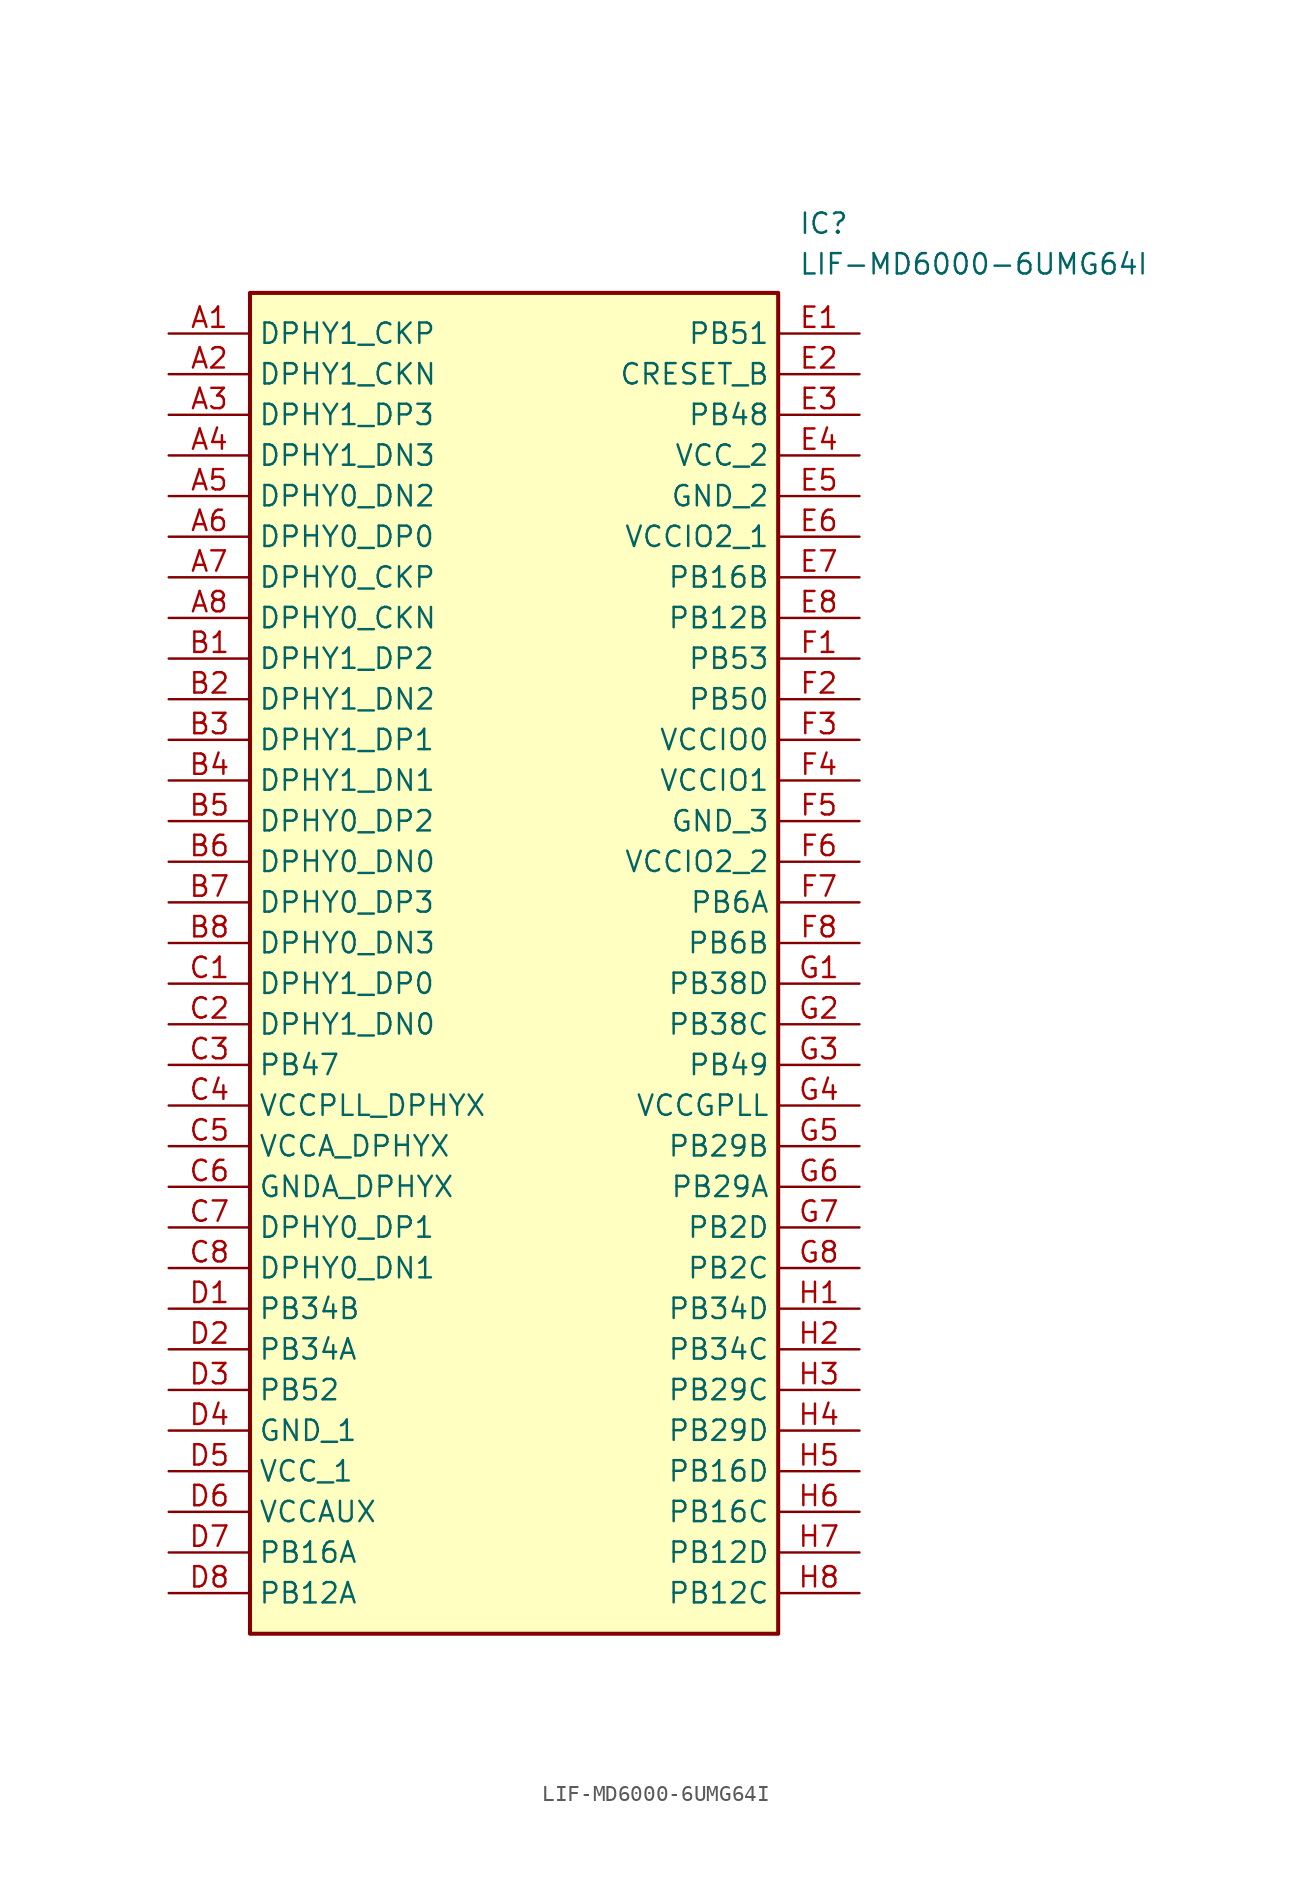
<source format=kicad_sym>
(kicad_symbol_lib
  (version 20211014)
  (generator SamacSys_ECAD_Model)
  (symbol "LIF-MD6000-6UMG64I"
    (property "Reference" "IC"
      (at 39.37 7.62 0)
      (effects (font (size 1.27 1.27)) (justify left top)))
    (property "Value" "LIF-MD6000-6UMG64I"
      (at 39.37 5.08 0)
      (effects (font (size 1.27 1.27)) (justify left top)))
    (rectangle
      (start 5.08 2.54)
      (end 38.1 -81.28)
      (stroke (width 0.254) (type default))
      (fill (type background)))
    (pin passive line
      (at 0 0 0)
      (length 5.08)
      (name "DPHY1_CKP" (effects (font (size 1.27 1.27))))
      (number "A1" (effects (font (size 1.27 1.27)))))
    (pin passive line
      (at 0 -2.54 0)
      (length 5.08)
      (name "DPHY1_CKN" (effects (font (size 1.27 1.27))))
      (number "A2" (effects (font (size 1.27 1.27)))))
    (pin passive line
      (at 0 -5.08 0)
      (length 5.08)
      (name "DPHY1_DP3" (effects (font (size 1.27 1.27))))
      (number "A3" (effects (font (size 1.27 1.27)))))
    (pin passive line
      (at 0 -7.62 0)
      (length 5.08)
      (name "DPHY1_DN3" (effects (font (size 1.27 1.27))))
      (number "A4" (effects (font (size 1.27 1.27)))))
    (pin passive line
      (at 0 -10.16 0)
      (length 5.08)
      (name "DPHY0_DN2" (effects (font (size 1.27 1.27))))
      (number "A5" (effects (font (size 1.27 1.27)))))
    (pin passive line
      (at 0 -12.7 0)
      (length 5.08)
      (name "DPHY0_DP0" (effects (font (size 1.27 1.27))))
      (number "A6" (effects (font (size 1.27 1.27)))))
    (pin passive line
      (at 0 -15.24 0)
      (length 5.08)
      (name "DPHY0_CKP" (effects (font (size 1.27 1.27))))
      (number "A7" (effects (font (size 1.27 1.27)))))
    (pin passive line
      (at 0 -17.78 0)
      (length 5.08)
      (name "DPHY0_CKN" (effects (font (size 1.27 1.27))))
      (number "A8" (effects (font (size 1.27 1.27)))))
    (pin passive line
      (at 0 -20.32 0)
      (length 5.08)
      (name "DPHY1_DP2" (effects (font (size 1.27 1.27))))
      (number "B1" (effects (font (size 1.27 1.27)))))
    (pin passive line
      (at 0 -22.86 0)
      (length 5.08)
      (name "DPHY1_DN2" (effects (font (size 1.27 1.27))))
      (number "B2" (effects (font (size 1.27 1.27)))))
    (pin passive line
      (at 0 -25.4 0)
      (length 5.08)
      (name "DPHY1_DP1" (effects (font (size 1.27 1.27))))
      (number "B3" (effects (font (size 1.27 1.27)))))
    (pin passive line
      (at 0 -27.94 0)
      (length 5.08)
      (name "DPHY1_DN1" (effects (font (size 1.27 1.27))))
      (number "B4" (effects (font (size 1.27 1.27)))))
    (pin passive line
      (at 0 -30.48 0)
      (length 5.08)
      (name "DPHY0_DP2" (effects (font (size 1.27 1.27))))
      (number "B5" (effects (font (size 1.27 1.27)))))
    (pin passive line
      (at 0 -33.02 0)
      (length 5.08)
      (name "DPHY0_DN0" (effects (font (size 1.27 1.27))))
      (number "B6" (effects (font (size 1.27 1.27)))))
    (pin passive line
      (at 0 -35.56 0)
      (length 5.08)
      (name "DPHY0_DP3" (effects (font (size 1.27 1.27))))
      (number "B7" (effects (font (size 1.27 1.27)))))
    (pin passive line
      (at 0 -38.1 0)
      (length 5.08)
      (name "DPHY0_DN3" (effects (font (size 1.27 1.27))))
      (number "B8" (effects (font (size 1.27 1.27)))))
    (pin passive line
      (at 0 -40.64 0)
      (length 5.08)
      (name "DPHY1_DP0" (effects (font (size 1.27 1.27))))
      (number "C1" (effects (font (size 1.27 1.27)))))
    (pin passive line
      (at 0 -43.18 0)
      (length 5.08)
      (name "DPHY1_DN0" (effects (font (size 1.27 1.27))))
      (number "C2" (effects (font (size 1.27 1.27)))))
    (pin passive line
      (at 0 -45.72 0)
      (length 5.08)
      (name "PB47" (effects (font (size 1.27 1.27))))
      (number "C3" (effects (font (size 1.27 1.27)))))
    (pin passive line
      (at 0 -48.26 0)
      (length 5.08)
      (name "VCCPLL_DPHYX" (effects (font (size 1.27 1.27))))
      (number "C4" (effects (font (size 1.27 1.27)))))
    (pin passive line
      (at 0 -50.8 0)
      (length 5.08)
      (name "VCCA_DPHYX" (effects (font (size 1.27 1.27))))
      (number "C5" (effects (font (size 1.27 1.27)))))
    (pin passive line
      (at 0 -53.34 0)
      (length 5.08)
      (name "GNDA_DPHYX" (effects (font (size 1.27 1.27))))
      (number "C6" (effects (font (size 1.27 1.27)))))
    (pin passive line
      (at 0 -55.88 0)
      (length 5.08)
      (name "DPHY0_DP1" (effects (font (size 1.27 1.27))))
      (number "C7" (effects (font (size 1.27 1.27)))))
    (pin passive line
      (at 0 -58.42 0)
      (length 5.08)
      (name "DPHY0_DN1" (effects (font (size 1.27 1.27))))
      (number "C8" (effects (font (size 1.27 1.27)))))
    (pin passive line
      (at 0 -60.96 0)
      (length 5.08)
      (name "PB34B" (effects (font (size 1.27 1.27))))
      (number "D1" (effects (font (size 1.27 1.27)))))
    (pin passive line
      (at 0 -63.5 0)
      (length 5.08)
      (name "PB34A" (effects (font (size 1.27 1.27))))
      (number "D2" (effects (font (size 1.27 1.27)))))
    (pin passive line
      (at 0 -66.04 0)
      (length 5.08)
      (name "PB52" (effects (font (size 1.27 1.27))))
      (number "D3" (effects (font (size 1.27 1.27)))))
    (pin passive line
      (at 0 -68.58 0)
      (length 5.08)
      (name "GND_1" (effects (font (size 1.27 1.27))))
      (number "D4" (effects (font (size 1.27 1.27)))))
    (pin passive line
      (at 0 -71.12 0)
      (length 5.08)
      (name "VCC_1" (effects (font (size 1.27 1.27))))
      (number "D5" (effects (font (size 1.27 1.27)))))
    (pin passive line
      (at 0 -73.66 0)
      (length 5.08)
      (name "VCCAUX" (effects (font (size 1.27 1.27))))
      (number "D6" (effects (font (size 1.27 1.27)))))
    (pin passive line
      (at 0 -76.2 0)
      (length 5.08)
      (name "PB16A" (effects (font (size 1.27 1.27))))
      (number "D7" (effects (font (size 1.27 1.27)))))
    (pin passive line
      (at 0 -78.74 0)
      (length 5.08)
      (name "PB12A" (effects (font (size 1.27 1.27))))
      (number "D8" (effects (font (size 1.27 1.27)))))
    (pin passive line
      (at 43.18 0 180)
      (length 5.08)
      (name "PB51" (effects (font (size 1.27 1.27))))
      (number "E1" (effects (font (size 1.27 1.27)))))
    (pin passive line
      (at 43.18 -2.54 180)
      (length 5.08)
      (name "CRESET_B" (effects (font (size 1.27 1.27))))
      (number "E2" (effects (font (size 1.27 1.27)))))
    (pin passive line
      (at 43.18 -5.08 180)
      (length 5.08)
      (name "PB48" (effects (font (size 1.27 1.27))))
      (number "E3" (effects (font (size 1.27 1.27)))))
    (pin passive line
      (at 43.18 -7.62 180)
      (length 5.08)
      (name "VCC_2" (effects (font (size 1.27 1.27))))
      (number "E4" (effects (font (size 1.27 1.27)))))
    (pin passive line
      (at 43.18 -10.16 180)
      (length 5.08)
      (name "GND_2" (effects (font (size 1.27 1.27))))
      (number "E5" (effects (font (size 1.27 1.27)))))
    (pin passive line
      (at 43.18 -12.7 180)
      (length 5.08)
      (name "VCCIO2_1" (effects (font (size 1.27 1.27))))
      (number "E6" (effects (font (size 1.27 1.27)))))
    (pin passive line
      (at 43.18 -15.24 180)
      (length 5.08)
      (name "PB16B" (effects (font (size 1.27 1.27))))
      (number "E7" (effects (font (size 1.27 1.27)))))
    (pin passive line
      (at 43.18 -17.78 180)
      (length 5.08)
      (name "PB12B" (effects (font (size 1.27 1.27))))
      (number "E8" (effects (font (size 1.27 1.27)))))
    (pin passive line
      (at 43.18 -20.32 180)
      (length 5.08)
      (name "PB53" (effects (font (size 1.27 1.27))))
      (number "F1" (effects (font (size 1.27 1.27)))))
    (pin passive line
      (at 43.18 -22.86 180)
      (length 5.08)
      (name "PB50" (effects (font (size 1.27 1.27))))
      (number "F2" (effects (font (size 1.27 1.27)))))
    (pin passive line
      (at 43.18 -25.4 180)
      (length 5.08)
      (name "VCCIO0" (effects (font (size 1.27 1.27))))
      (number "F3" (effects (font (size 1.27 1.27)))))
    (pin passive line
      (at 43.18 -27.94 180)
      (length 5.08)
      (name "VCCIO1" (effects (font (size 1.27 1.27))))
      (number "F4" (effects (font (size 1.27 1.27)))))
    (pin passive line
      (at 43.18 -30.48 180)
      (length 5.08)
      (name "GND_3" (effects (font (size 1.27 1.27))))
      (number "F5" (effects (font (size 1.27 1.27)))))
    (pin passive line
      (at 43.18 -33.02 180)
      (length 5.08)
      (name "VCCIO2_2" (effects (font (size 1.27 1.27))))
      (number "F6" (effects (font (size 1.27 1.27)))))
    (pin passive line
      (at 43.18 -35.56 180)
      (length 5.08)
      (name "PB6A" (effects (font (size 1.27 1.27))))
      (number "F7" (effects (font (size 1.27 1.27)))))
    (pin passive line
      (at 43.18 -38.1 180)
      (length 5.08)
      (name "PB6B" (effects (font (size 1.27 1.27))))
      (number "F8" (effects (font (size 1.27 1.27)))))
    (pin passive line
      (at 43.18 -40.64 180)
      (length 5.08)
      (name "PB38D" (effects (font (size 1.27 1.27))))
      (number "G1" (effects (font (size 1.27 1.27)))))
    (pin passive line
      (at 43.18 -43.18 180)
      (length 5.08)
      (name "PB38C" (effects (font (size 1.27 1.27))))
      (number "G2" (effects (font (size 1.27 1.27)))))
    (pin passive line
      (at 43.18 -45.72 180)
      (length 5.08)
      (name "PB49" (effects (font (size 1.27 1.27))))
      (number "G3" (effects (font (size 1.27 1.27)))))
    (pin passive line
      (at 43.18 -48.26 180)
      (length 5.08)
      (name "VCCGPLL" (effects (font (size 1.27 1.27))))
      (number "G4" (effects (font (size 1.27 1.27)))))
    (pin passive line
      (at 43.18 -50.8 180)
      (length 5.08)
      (name "PB29B" (effects (font (size 1.27 1.27))))
      (number "G5" (effects (font (size 1.27 1.27)))))
    (pin passive line
      (at 43.18 -53.34 180)
      (length 5.08)
      (name "PB29A" (effects (font (size 1.27 1.27))))
      (number "G6" (effects (font (size 1.27 1.27)))))
    (pin passive line
      (at 43.18 -55.88 180)
      (length 5.08)
      (name "PB2D" (effects (font (size 1.27 1.27))))
      (number "G7" (effects (font (size 1.27 1.27)))))
    (pin passive line
      (at 43.18 -58.42 180)
      (length 5.08)
      (name "PB2C" (effects (font (size 1.27 1.27))))
      (number "G8" (effects (font (size 1.27 1.27)))))
    (pin passive line
      (at 43.18 -60.96 180)
      (length 5.08)
      (name "PB34D" (effects (font (size 1.27 1.27))))
      (number "H1" (effects (font (size 1.27 1.27)))))
    (pin passive line
      (at 43.18 -63.5 180)
      (length 5.08)
      (name "PB34C" (effects (font (size 1.27 1.27))))
      (number "H2" (effects (font (size 1.27 1.27)))))
    (pin passive line
      (at 43.18 -66.04 180)
      (length 5.08)
      (name "PB29C" (effects (font (size 1.27 1.27))))
      (number "H3" (effects (font (size 1.27 1.27)))))
    (pin passive line
      (at 43.18 -68.58 180)
      (length 5.08)
      (name "PB29D" (effects (font (size 1.27 1.27))))
      (number "H4" (effects (font (size 1.27 1.27)))))
    (pin passive line
      (at 43.18 -71.12 180)
      (length 5.08)
      (name "PB16D" (effects (font (size 1.27 1.27))))
      (number "H5" (effects (font (size 1.27 1.27)))))
    (pin passive line
      (at 43.18 -73.66 180)
      (length 5.08)
      (name "PB16C" (effects (font (size 1.27 1.27))))
      (number "H6" (effects (font (size 1.27 1.27)))))
    (pin passive line
      (at 43.18 -76.2 180)
      (length 5.08)
      (name "PB12D" (effects (font (size 1.27 1.27))))
      (number "H7" (effects (font (size 1.27 1.27)))))
    (pin passive line
      (at 43.18 -78.74 180)
      (length 5.08)
      (name "PB12C" (effects (font (size 1.27 1.27))))
      (number "H8" (effects (font (size 1.27 1.27)))))))
</source>
